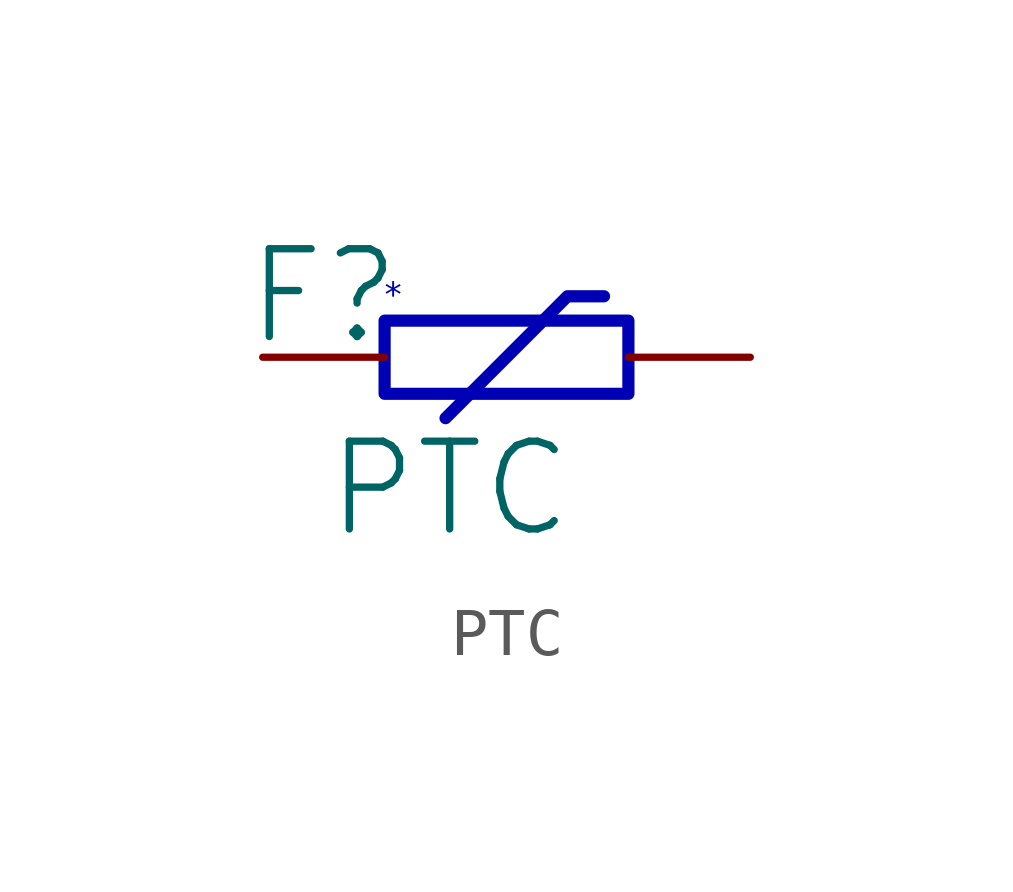
<source format=kicad_sym>
(kicad_symbol_lib
  (version 20231120)
  (generator "kicad_symbol_editor")
  (generator_version "8.0")
  (symbol "PTC"
    (property "Reference" "F"
      (at -1.27 1.27 0)
      (effects (font (size 1.829 1.829))))
    (property "Value" "PTC"
      (at -1.27 -3.81 0)
      (effects (font (size 1.829 1.829)) (justify left bottom)))
    (property "Package" "*"
      (at 0 1.27 0)
      (effects (font (face "Arial") (size 0.508 0.508) (color 0 0 180 1)) (justify left)))
    (symbol "PTC_1_0"
      (polyline (pts (xy 1.27 -1.27) (xy 3.81 1.27) (xy 4.572 1.27)) (stroke (width 0.254) (type solid) (color 0 0 180 1)) (fill (type none)))
      (polyline (pts (xy 0 0.508) (xy 0 0.762) (xy 5.08 0.762) (xy 5.08 -0.762) (xy 0 -0.762) (xy 0 0.508)) (stroke (width 0.254) (type solid) (color 0 0 180 1)) (fill (type none)))
      (pin passive line (at -2.54 0 0) (length 2.54) (name "1" (effects (font (size 0 0)))) (number "1" (effects (font (size 0 0)))))
      (pin passive line (at 7.62 0 180) (length 2.54) (name "2" (effects (font (size 0 0)))) (number "2" (effects (font (size 0 0))))))))
</source>
